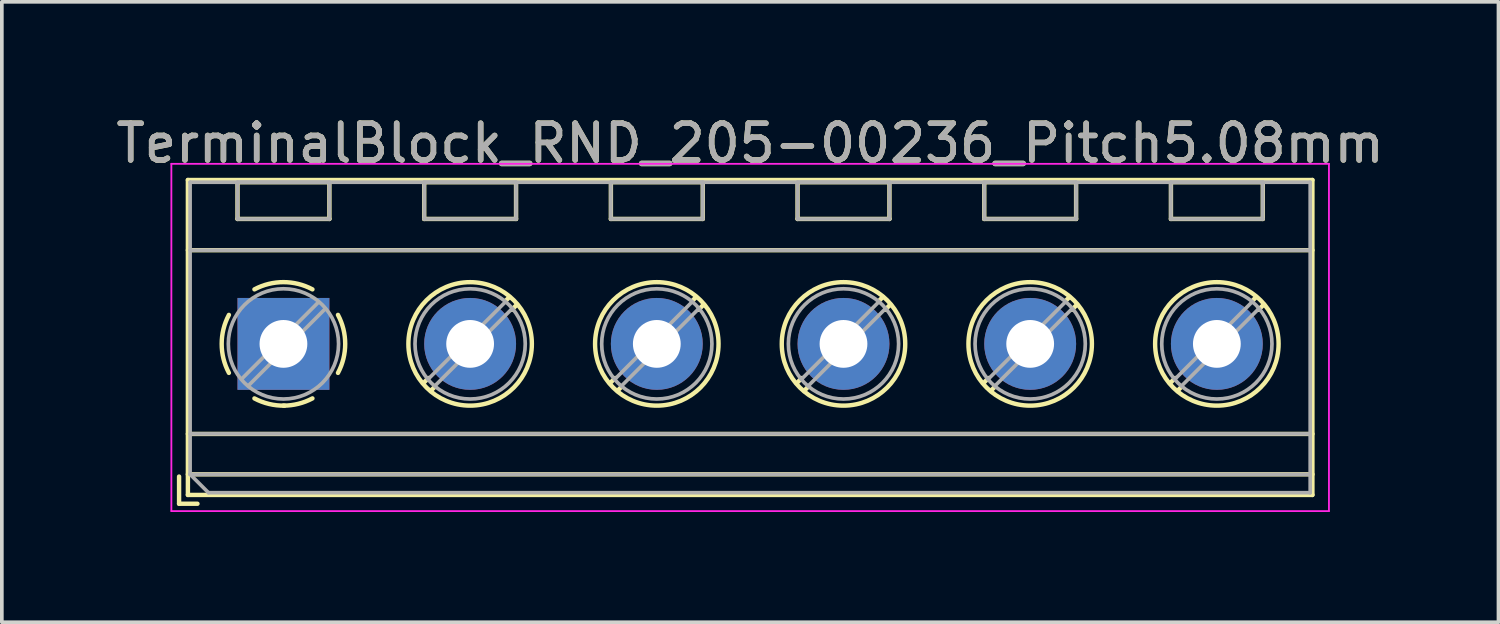
<source format=kicad_pcb>
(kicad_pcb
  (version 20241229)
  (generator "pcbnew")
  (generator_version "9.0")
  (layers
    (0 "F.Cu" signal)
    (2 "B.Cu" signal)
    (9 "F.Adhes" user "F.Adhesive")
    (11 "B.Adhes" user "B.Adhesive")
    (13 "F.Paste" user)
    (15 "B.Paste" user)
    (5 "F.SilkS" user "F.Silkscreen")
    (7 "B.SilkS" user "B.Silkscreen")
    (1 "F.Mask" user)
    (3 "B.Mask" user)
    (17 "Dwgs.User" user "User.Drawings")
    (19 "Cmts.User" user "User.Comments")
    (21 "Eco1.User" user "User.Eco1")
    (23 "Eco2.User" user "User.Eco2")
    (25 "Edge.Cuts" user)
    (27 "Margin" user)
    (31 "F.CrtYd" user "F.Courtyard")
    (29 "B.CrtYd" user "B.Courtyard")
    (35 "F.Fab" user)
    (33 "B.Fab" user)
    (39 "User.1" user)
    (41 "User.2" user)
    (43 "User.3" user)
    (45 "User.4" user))
  (footprint "TerminalBlock_RND_205-00236_Pitch5.08mm"
    (layer "F.Cu")
    (at 4.663 6.308)
    (property "Reference" "TerminalBlock_RND_205-00236_Pitch5.08mm" (at 12.7 -5.46 0) (layer "F.SilkS") (effects (font (size 1 1) (thickness 0.15))))
    (attr through_hole)
    (fp_line (start -2.84 3.61) (end -2.84 4.35) (stroke (width 0.12) (type solid)) (layer "F.SilkS"))
    (fp_line (start -2.84 4.35) (end -2.34 4.35) (stroke (width 0.12) (type solid)) (layer "F.SilkS"))
    (fp_line (start -2.6 -4.46) (end -2.6 4.11) (stroke (width 0.12) (type solid)) (layer "F.SilkS"))
    (fp_line (start -2.6 -2.55) (end 28 -2.55) (stroke (width 0.12) (type solid)) (layer "F.SilkS"))
    (fp_line (start -2.6 2.45) (end 28 2.45) (stroke (width 0.12) (type solid)) (layer "F.SilkS"))
    (fp_line (start -2.6 3.55) (end 28 3.55) (stroke (width 0.12) (type solid)) (layer "F.SilkS"))
    (fp_line (start -2.6 4.11) (end 28 4.11) (stroke (width 0.12) (type solid)) (layer "F.SilkS"))
    (fp_line (start -1.25 -4.4) (end -1.25 -3.4) (stroke (width 0.12) (type solid)) (layer "F.SilkS"))
    (fp_line (start -1.25 -4.4) (end 1.25 -4.4) (stroke (width 0.12) (type solid)) (layer "F.SilkS"))
    (fp_line (start -1.25 -3.4) (end 1.25 -3.4) (stroke (width 0.12) (type solid)) (layer "F.SilkS"))
    (fp_line (start 1.25 -4.4) (end 1.25 -3.4) (stroke (width 0.12) (type solid)) (layer "F.SilkS"))
    (fp_line (start 3.83 -4.4) (end 3.83 -3.4) (stroke (width 0.12) (type solid)) (layer "F.SilkS"))
    (fp_line (start 3.83 -4.4) (end 6.33 -4.4) (stroke (width 0.12) (type solid)) (layer "F.SilkS"))
    (fp_line (start 3.83 -3.4) (end 6.33 -3.4) (stroke (width 0.12) (type solid)) (layer "F.SilkS"))
    (fp_line (start 3.947 0.929) (end 3.806 1.069) (stroke (width 0.12) (type solid)) (layer "F.SilkS"))
    (fp_line (start 4.117 1.169) (end 4.011 1.274) (stroke (width 0.12) (type solid)) (layer "F.SilkS"))
    (fp_line (start 6.15 -1.275) (end 6.044 -1.169) (stroke (width 0.12) (type solid)) (layer "F.SilkS"))
    (fp_line (start 6.33 -4.4) (end 6.33 -3.4) (stroke (width 0.12) (type solid)) (layer "F.SilkS"))
    (fp_line (start 6.355 -1.069) (end 6.214 -0.929) (stroke (width 0.12) (type solid)) (layer "F.SilkS"))
    (fp_line (start 8.91 -4.4) (end 8.91 -3.4) (stroke (width 0.12) (type solid)) (layer "F.SilkS"))
    (fp_line (start 8.91 -4.4) (end 11.41 -4.4) (stroke (width 0.12) (type solid)) (layer "F.SilkS"))
    (fp_line (start 8.91 -3.4) (end 11.41 -3.4) (stroke (width 0.12) (type solid)) (layer "F.SilkS"))
    (fp_line (start 9.027 0.929) (end 8.886 1.069) (stroke (width 0.12) (type solid)) (layer "F.SilkS"))
    (fp_line (start 9.197 1.169) (end 9.091 1.274) (stroke (width 0.12) (type solid)) (layer "F.SilkS"))
    (fp_line (start 11.23 -1.275) (end 11.124 -1.169) (stroke (width 0.12) (type solid)) (layer "F.SilkS"))
    (fp_line (start 11.41 -4.4) (end 11.41 -3.4) (stroke (width 0.12) (type solid)) (layer "F.SilkS"))
    (fp_line (start 11.435 -1.069) (end 11.294 -0.929) (stroke (width 0.12) (type solid)) (layer "F.SilkS"))
    (fp_line (start 13.99 -4.4) (end 13.99 -3.4) (stroke (width 0.12) (type solid)) (layer "F.SilkS"))
    (fp_line (start 13.99 -4.4) (end 16.49 -4.4) (stroke (width 0.12) (type solid)) (layer "F.SilkS"))
    (fp_line (start 13.99 -3.4) (end 16.49 -3.4) (stroke (width 0.12) (type solid)) (layer "F.SilkS"))
    (fp_line (start 14.107 0.929) (end 13.966 1.069) (stroke (width 0.12) (type solid)) (layer "F.SilkS"))
    (fp_line (start 14.277 1.169) (end 14.171 1.274) (stroke (width 0.12) (type solid)) (layer "F.SilkS"))
    (fp_line (start 16.31 -1.275) (end 16.204 -1.169) (stroke (width 0.12) (type solid)) (layer "F.SilkS"))
    (fp_line (start 16.49 -4.4) (end 16.49 -3.4) (stroke (width 0.12) (type solid)) (layer "F.SilkS"))
    (fp_line (start 16.515 -1.069) (end 16.374 -0.929) (stroke (width 0.12) (type solid)) (layer "F.SilkS"))
    (fp_line (start 19.07 -4.4) (end 19.07 -3.4) (stroke (width 0.12) (type solid)) (layer "F.SilkS"))
    (fp_line (start 19.07 -4.4) (end 21.57 -4.4) (stroke (width 0.12) (type solid)) (layer "F.SilkS"))
    (fp_line (start 19.07 -3.4) (end 21.57 -3.4) (stroke (width 0.12) (type solid)) (layer "F.SilkS"))
    (fp_line (start 19.187 0.929) (end 19.046 1.069) (stroke (width 0.12) (type solid)) (layer "F.SilkS"))
    (fp_line (start 19.357 1.169) (end 19.251 1.274) (stroke (width 0.12) (type solid)) (layer "F.SilkS"))
    (fp_line (start 21.39 -1.275) (end 21.284 -1.169) (stroke (width 0.12) (type solid)) (layer "F.SilkS"))
    (fp_line (start 21.57 -4.4) (end 21.57 -3.4) (stroke (width 0.12) (type solid)) (layer "F.SilkS"))
    (fp_line (start 21.595 -1.069) (end 21.454 -0.929) (stroke (width 0.12) (type solid)) (layer "F.SilkS"))
    (fp_line (start 24.15 -4.4) (end 24.15 -3.4) (stroke (width 0.12) (type solid)) (layer "F.SilkS"))
    (fp_line (start 24.15 -4.4) (end 26.65 -4.4) (stroke (width 0.12) (type solid)) (layer "F.SilkS"))
    (fp_line (start 24.15 -3.4) (end 26.65 -3.4) (stroke (width 0.12) (type solid)) (layer "F.SilkS"))
    (fp_line (start 24.267 0.929) (end 24.126 1.069) (stroke (width 0.12) (type solid)) (layer "F.SilkS"))
    (fp_line (start 24.437 1.169) (end 24.331 1.274) (stroke (width 0.12) (type solid)) (layer "F.SilkS"))
    (fp_line (start 26.47 -1.275) (end 26.364 -1.169) (stroke (width 0.12) (type solid)) (layer "F.SilkS"))
    (fp_line (start 26.65 -4.4) (end 26.65 -3.4) (stroke (width 0.12) (type solid)) (layer "F.SilkS"))
    (fp_line (start 26.675 -1.069) (end 26.534 -0.929) (stroke (width 0.12) (type solid)) (layer "F.SilkS"))
    (fp_line (start 28 -4.46) (end -2.6 -4.46) (stroke (width 0.12) (type solid)) (layer "F.SilkS"))
    (fp_line (start 28 4.11) (end 28 -4.46) (stroke (width 0.12) (type solid)) (layer "F.SilkS"))
    (fp_arc (start -1.483953 0.789089) (mid -1.680708 0.00005) (end -1.484 -0.789) (stroke (width 0.12) (type solid)) (layer "F.SilkS"))
    (fp_arc (start -0.789089 -1.483953) (mid -0.00005 -1.680708) (end 0.789 -1.484) (stroke (width 0.12) (type solid)) (layer "F.SilkS"))
    (fp_arc (start 0.029383 1.68045) (mid -0.392304 1.634281) (end -0.789 1.484) (stroke (width 0.12) (type solid)) (layer "F.SilkS"))
    (fp_arc (start 0.788712 1.483352) (mid 0.406429 1.630097) (end 0 1.68) (stroke (width 0.12) (type solid)) (layer "F.SilkS"))
    (fp_arc (start 1.483953 -0.789089) (mid 1.680708 -0.00005) (end 1.484 0.789) (stroke (width 0.12) (type solid)) (layer "F.SilkS"))
    (fp_circle (center 5.08 0) (end 6.76 0) (stroke (width 0.12) (type solid)) (fill no) (layer "F.SilkS"))
    (fp_circle (center 10.16 0) (end 11.84 0) (stroke (width 0.12) (type solid)) (fill no) (layer "F.SilkS"))
    (fp_circle (center 15.24 0) (end 16.92 0) (stroke (width 0.12) (type solid)) (fill no) (layer "F.SilkS"))
    (fp_circle (center 20.32 0) (end 22 0) (stroke (width 0.12) (type solid)) (fill no) (layer "F.SilkS"))
    (fp_circle (center 25.4 0) (end 27.08 0) (stroke (width 0.12) (type solid)) (fill no) (layer "F.SilkS"))
    (fp_line (start -3.05 -4.9) (end -3.05 4.55) (stroke (width 0.05) (type solid)) (layer "F.CrtYd"))
    (fp_line (start -3.05 4.55) (end 28.45 4.55) (stroke (width 0.05) (type solid)) (layer "F.CrtYd"))
    (fp_line (start 28.45 -4.9) (end -3.05 -4.9) (stroke (width 0.05) (type solid)) (layer "F.CrtYd"))
    (fp_line (start 28.45 4.55) (end 28.45 -4.9) (stroke (width 0.05) (type solid)) (layer "F.CrtYd"))
    (fp_line (start -2.54 -4.4) (end 27.94 -4.4) (stroke (width 0.1) (type solid)) (layer "F.Fab"))
    (fp_line (start -2.54 -2.55) (end 27.94 -2.55) (stroke (width 0.1) (type solid)) (layer "F.Fab"))
    (fp_line (start -2.54 2.45) (end 27.94 2.45) (stroke (width 0.1) (type solid)) (layer "F.Fab"))
    (fp_line (start -2.54 3.55) (end -2.54 -4.4) (stroke (width 0.1) (type solid)) (layer "F.Fab"))
    (fp_line (start -2.54 3.55) (end 27.94 3.55) (stroke (width 0.1) (type solid)) (layer "F.Fab"))
    (fp_line (start -2.04 4.05) (end -2.54 3.55) (stroke (width 0.1) (type solid)) (layer "F.Fab"))
    (fp_line (start -1.25 -4.4) (end -1.25 -3.4) (stroke (width 0.1) (type solid)) (layer "F.Fab"))
    (fp_line (start -1.25 -3.4) (end 1.25 -3.4) (stroke (width 0.1) (type solid)) (layer "F.Fab"))
    (fp_line (start 0.955 -1.138) (end -1.138 0.955) (stroke (width 0.1) (type solid)) (layer "F.Fab"))
    (fp_line (start 1.138 -0.955) (end -0.955 1.138) (stroke (width 0.1) (type solid)) (layer "F.Fab"))
    (fp_line (start 1.25 -4.4) (end -1.25 -4.4) (stroke (width 0.1) (type solid)) (layer "F.Fab"))
    (fp_line (start 1.25 -3.4) (end 1.25 -4.4) (stroke (width 0.1) (type solid)) (layer "F.Fab"))
    (fp_line (start 3.83 -4.4) (end 3.83 -3.4) (stroke (width 0.1) (type solid)) (layer "F.Fab"))
    (fp_line (start 3.83 -3.4) (end 6.33 -3.4) (stroke (width 0.1) (type solid)) (layer "F.Fab"))
    (fp_line (start 6.035 -1.138) (end 3.943 0.955) (stroke (width 0.1) (type solid)) (layer "F.Fab"))
    (fp_line (start 6.218 -0.955) (end 4.126 1.138) (stroke (width 0.1) (type solid)) (layer "F.Fab"))
    (fp_line (start 6.33 -4.4) (end 3.83 -4.4) (stroke (width 0.1) (type solid)) (layer "F.Fab"))
    (fp_line (start 6.33 -3.4) (end 6.33 -4.4) (stroke (width 0.1) (type solid)) (layer "F.Fab"))
    (fp_line (start 8.91 -4.4) (end 8.91 -3.4) (stroke (width 0.1) (type solid)) (layer "F.Fab"))
    (fp_line (start 8.91 -3.4) (end 11.41 -3.4) (stroke (width 0.1) (type solid)) (layer "F.Fab"))
    (fp_line (start 11.115 -1.138) (end 9.023 0.955) (stroke (width 0.1) (type solid)) (layer "F.Fab"))
    (fp_line (start 11.298 -0.955) (end 9.206 1.138) (stroke (width 0.1) (type solid)) (layer "F.Fab"))
    (fp_line (start 11.41 -4.4) (end 8.91 -4.4) (stroke (width 0.1) (type solid)) (layer "F.Fab"))
    (fp_line (start 11.41 -3.4) (end 11.41 -4.4) (stroke (width 0.1) (type solid)) (layer "F.Fab"))
    (fp_line (start 13.99 -4.4) (end 13.99 -3.4) (stroke (width 0.1) (type solid)) (layer "F.Fab"))
    (fp_line (start 13.99 -3.4) (end 16.49 -3.4) (stroke (width 0.1) (type solid)) (layer "F.Fab"))
    (fp_line (start 16.195 -1.138) (end 14.103 0.955) (stroke (width 0.1) (type solid)) (layer "F.Fab"))
    (fp_line (start 16.378 -0.955) (end 14.286 1.138) (stroke (width 0.1) (type solid)) (layer "F.Fab"))
    (fp_line (start 16.49 -4.4) (end 13.99 -4.4) (stroke (width 0.1) (type solid)) (layer "F.Fab"))
    (fp_line (start 16.49 -3.4) (end 16.49 -4.4) (stroke (width 0.1) (type solid)) (layer "F.Fab"))
    (fp_line (start 19.07 -4.4) (end 19.07 -3.4) (stroke (width 0.1) (type solid)) (layer "F.Fab"))
    (fp_line (start 19.07 -3.4) (end 21.57 -3.4) (stroke (width 0.1) (type solid)) (layer "F.Fab"))
    (fp_line (start 21.275 -1.138) (end 19.183 0.955) (stroke (width 0.1) (type solid)) (layer "F.Fab"))
    (fp_line (start 21.458 -0.955) (end 19.366 1.138) (stroke (width 0.1) (type solid)) (layer "F.Fab"))
    (fp_line (start 21.57 -4.4) (end 19.07 -4.4) (stroke (width 0.1) (type solid)) (layer "F.Fab"))
    (fp_line (start 21.57 -3.4) (end 21.57 -4.4) (stroke (width 0.1) (type solid)) (layer "F.Fab"))
    (fp_line (start 24.15 -4.4) (end 24.15 -3.4) (stroke (width 0.1) (type solid)) (layer "F.Fab"))
    (fp_line (start 24.15 -3.4) (end 26.65 -3.4) (stroke (width 0.1) (type solid)) (layer "F.Fab"))
    (fp_line (start 26.355 -1.138) (end 24.263 0.955) (stroke (width 0.1) (type solid)) (layer "F.Fab"))
    (fp_line (start 26.538 -0.955) (end 24.446 1.138) (stroke (width 0.1) (type solid)) (layer "F.Fab"))
    (fp_line (start 26.65 -4.4) (end 24.15 -4.4) (stroke (width 0.1) (type solid)) (layer "F.Fab"))
    (fp_line (start 26.65 -3.4) (end 26.65 -4.4) (stroke (width 0.1) (type solid)) (layer "F.Fab"))
    (fp_line (start 27.94 -4.4) (end 27.94 4.05) (stroke (width 0.1) (type solid)) (layer "F.Fab"))
    (fp_line (start 27.94 4.05) (end -2.04 4.05) (stroke (width 0.1) (type solid)) (layer "F.Fab"))
    (fp_circle (center 0 0) (end 1.5 0) (stroke (width 0.1) (type solid)) (fill no) (layer "F.Fab"))
    (fp_circle (center 5.08 0) (end 6.58 0) (stroke (width 0.1) (type solid)) (fill no) (layer "F.Fab"))
    (fp_circle (center 10.16 0) (end 11.66 0) (stroke (width 0.1) (type solid)) (fill no) (layer "F.Fab"))
    (fp_circle (center 15.24 0) (end 16.74 0) (stroke (width 0.1) (type solid)) (fill no) (layer "F.Fab"))
    (fp_circle (center 20.32 0) (end 21.82 0) (stroke (width 0.1) (type solid)) (fill no) (layer "F.Fab"))
    (fp_circle (center 25.4 0) (end 26.9 0) (stroke (width 0.1) (type solid)) (fill no) (layer "F.Fab"))
    (fp_text user "${REFERENCE}" (at 12.7 -5.46 0) (layer "F.Fab") (effects (font (size 1 1) (thickness 0.15))))
    (pad "1" thru_hole rect (at 0 0) (size 2.5 2.5) (drill 1.3) (layers "*.Cu" "*.Mask"))
    (pad "2" thru_hole oval (at 5.08 0) (size 2.5 2.5) (drill 1.3) (layers "*.Cu" "*.Mask"))
    (pad "3" thru_hole oval (at 10.16 0) (size 2.5 2.5) (drill 1.3) (layers "*.Cu" "*.Mask"))
    (pad "4" thru_hole oval (at 15.24 0) (size 2.5 2.5) (drill 1.3) (layers "*.Cu" "*.Mask"))
    (pad "5" thru_hole oval (at 20.32 0) (size 2.5 2.5) (drill 1.3) (layers "*.Cu" "*.Mask"))
    (pad "6" thru_hole oval (at 25.4 0) (size 2.5 2.5) (drill 1.3) (layers "*.Cu" "*.Mask")))
  (gr_rect
    (start -3 -3)
    (end 37.726 13.883)
    (stroke (width 0.1) (type default))
    (fill no)
    (layer "Edge.Cuts")))
</source>
